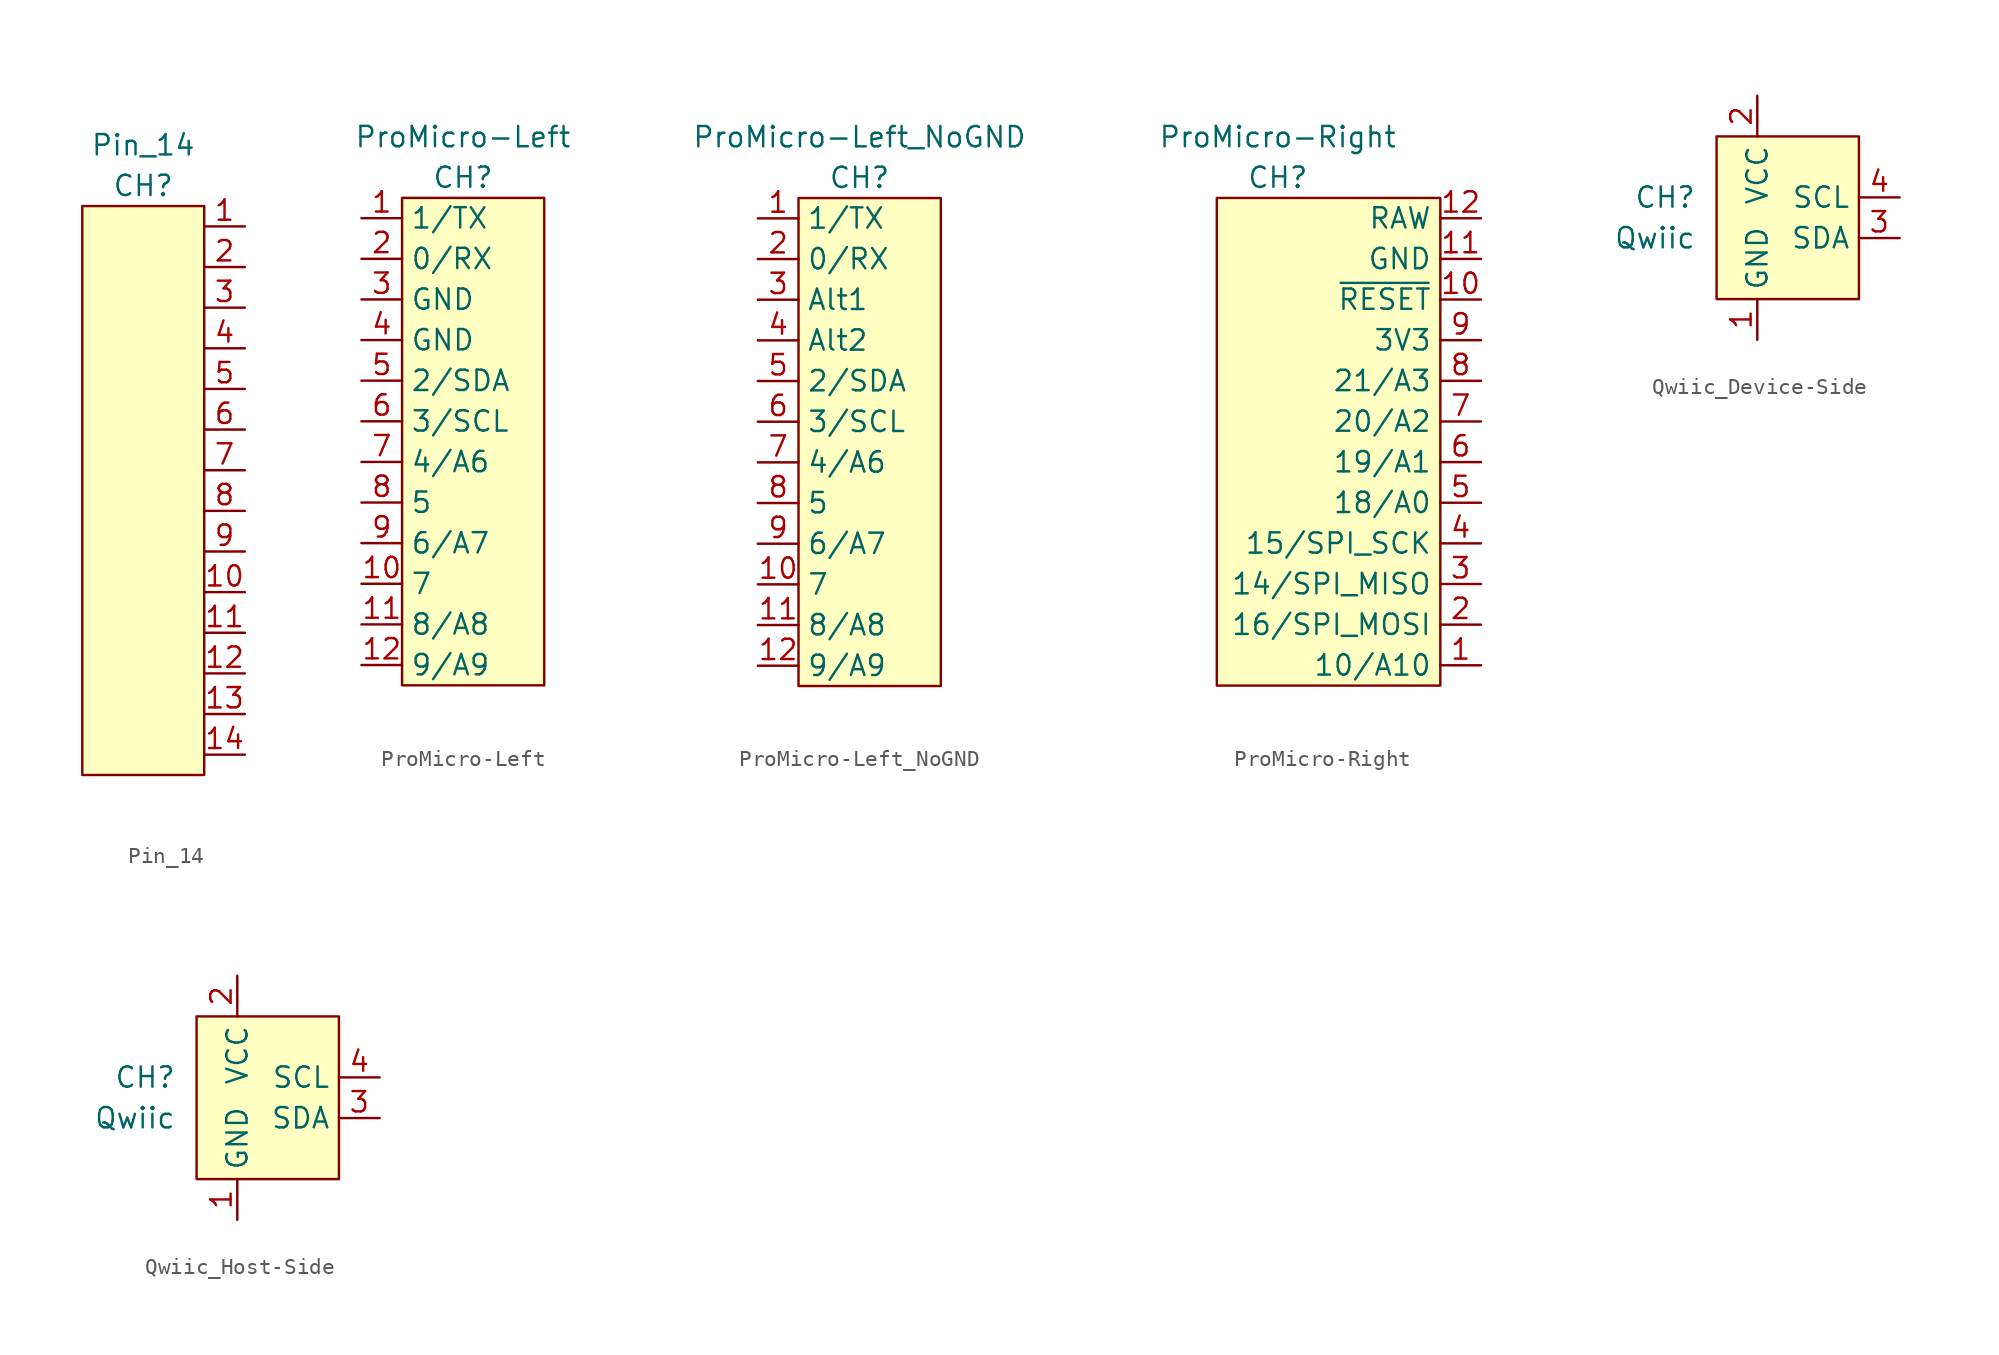
<source format=kicad_sym>
(kicad_symbol_lib
  (version 20220914)
  (generator kicad_symbol_editor)
  (symbol "Pin_14"
    (property "Reference" "CH"
      (at 0 2.54 0)
      (effects (font (size 1.27 1.27))))
    (property "Value" "Pin_14"
      (at 0 5.08 0)
      (effects (font (size 1.27 1.27))))
    (symbol "Pin_14_0_1"
      (rectangle (start -3.81 1.27) (end 3.81 -34.29) (stroke (width 0.152) (type default)) (fill (type background))))
    (symbol "Pin_14_1_1"
      (pin bidirectional line (at 6.35 0 180) (length 2.54) (name "" (effects (font (size 1.27 1.27)))) (number "1" (effects (font (size 1.27 1.27)))))
      (pin bidirectional line (at 6.35 -22.86 180) (length 2.54) (name "" (effects (font (size 1.27 1.27)))) (number "10" (effects (font (size 1.27 1.27)))))
      (pin bidirectional line (at 6.35 -25.4 180) (length 2.54) (name "" (effects (font (size 1.27 1.27)))) (number "11" (effects (font (size 1.27 1.27)))))
      (pin bidirectional line (at 6.35 -27.94 180) (length 2.54) (name "" (effects (font (size 1.27 1.27)))) (number "12" (effects (font (size 1.27 1.27)))))
      (pin bidirectional line (at 6.35 -30.48 180) (length 2.54) (name "" (effects (font (size 1.27 1.27)))) (number "13" (effects (font (size 1.27 1.27)))))
      (pin bidirectional line (at 6.35 -33.02 180) (length 2.54) (name "" (effects (font (size 1.27 1.27)))) (number "14" (effects (font (size 1.27 1.27)))))
      (pin bidirectional line (at 6.35 -2.54 180) (length 2.54) (name "" (effects (font (size 1.27 1.27)))) (number "2" (effects (font (size 1.27 1.27)))))
      (pin bidirectional line (at 6.35 -5.08 180) (length 2.54) (name "" (effects (font (size 1.27 1.27)))) (number "3" (effects (font (size 1.27 1.27)))))
      (pin bidirectional line (at 6.35 -7.62 180) (length 2.54) (name "" (effects (font (size 1.27 1.27)))) (number "4" (effects (font (size 1.27 1.27)))))
      (pin bidirectional line (at 6.35 -10.16 180) (length 2.54) (name "" (effects (font (size 1.27 1.27)))) (number "5" (effects (font (size 1.27 1.27)))))
      (pin bidirectional line (at 6.35 -12.7 180) (length 2.54) (name "" (effects (font (size 1.27 1.27)))) (number "6" (effects (font (size 1.27 1.27)))))
      (pin bidirectional line (at 6.35 -15.24 180) (length 2.54) (name "" (effects (font (size 1.27 1.27)))) (number "7" (effects (font (size 1.27 1.27)))))
      (pin bidirectional line (at 6.35 -17.78 180) (length 2.54) (name "" (effects (font (size 1.27 1.27)))) (number "8" (effects (font (size 1.27 1.27)))))
      (pin bidirectional line (at 6.35 -20.32 180) (length 2.54) (name "" (effects (font (size 1.27 1.27)))) (number "9" (effects (font (size 1.27 1.27)))))))
  (symbol "ProMicro-Left"
    (property "Reference" "CH"
      (at 0 12.7 0)
      (effects (font (size 1.27 1.27))))
    (property "Value" "ProMicro-Left"
      (at 0 15.24 0)
      (effects (font (size 1.27 1.27))))
    (symbol "ProMicro-Left_0_1"
      (rectangle (start -3.81 11.43) (end 5.08 -19.05) (stroke (width 0.152) (type default)) (fill (type background))))
    (symbol "ProMicro-Left_1_1"
      (pin bidirectional line (at -6.35 10.16 0) (length 2.54) (name "1/TX" (effects (font (size 1.27 1.27)))) (number "1" (effects (font (size 1.27 1.27)))))
      (pin bidirectional line (at -6.35 -12.7 0) (length 2.54) (name "7" (effects (font (size 1.27 1.27)))) (number "10" (effects (font (size 1.27 1.27)))))
      (pin bidirectional line (at -6.35 -15.24 0) (length 2.54) (name "8/A8" (effects (font (size 1.27 1.27)))) (number "11" (effects (font (size 1.27 1.27)))))
      (pin bidirectional line (at -6.35 -17.78 0) (length 2.54) (name "9/A9" (effects (font (size 1.27 1.27)))) (number "12" (effects (font (size 1.27 1.27)))))
      (pin bidirectional line (at -6.35 7.62 0) (length 2.54) (name "0/RX" (effects (font (size 1.27 1.27)))) (number "2" (effects (font (size 1.27 1.27)))))
      (pin power_in line (at -6.35 5.08 0) (length 2.54) (name "GND" (effects (font (size 1.27 1.27)))) (number "3" (effects (font (size 1.27 1.27)))))
      (pin power_in line (at -6.35 2.54 0) (length 2.54) (name "GND" (effects (font (size 1.27 1.27)))) (number "4" (effects (font (size 1.27 1.27)))))
      (pin bidirectional line (at -6.35 0 0) (length 2.54) (name "2/SDA" (effects (font (size 1.27 1.27)))) (number "5" (effects (font (size 1.27 1.27)))))
      (pin bidirectional line (at -6.35 -2.54 0) (length 2.54) (name "3/SCL" (effects (font (size 1.27 1.27)))) (number "6" (effects (font (size 1.27 1.27)))))
      (pin bidirectional line (at -6.35 -5.08 0) (length 2.54) (name "4/A6" (effects (font (size 1.27 1.27)))) (number "7" (effects (font (size 1.27 1.27)))))
      (pin bidirectional line (at -6.35 -7.62 0) (length 2.54) (name "5" (effects (font (size 1.27 1.27)))) (number "8" (effects (font (size 1.27 1.27)))))
      (pin bidirectional line (at -6.35 -10.16 0) (length 2.54) (name "6/A7" (effects (font (size 1.27 1.27)))) (number "9" (effects (font (size 1.27 1.27)))))))
  (symbol "ProMicro-Left_NoGND"
    (property "Reference" "CH"
      (at 0 12.7 0)
      (effects (font (size 1.27 1.27))))
    (property "Value" "ProMicro-Left_NoGND"
      (at 0 15.24 0)
      (effects (font (size 1.27 1.27))))
    (symbol "ProMicro-Left_NoGND_0_1"
      (rectangle (start -3.81 11.43) (end 5.08 -19.05) (stroke (width 0.152) (type default)) (fill (type background))))
    (symbol "ProMicro-Left_NoGND_1_1"
      (pin bidirectional line (at -6.35 10.16 0) (length 2.54) (name "1/TX" (effects (font (size 1.27 1.27)))) (number "1" (effects (font (size 1.27 1.27)))))
      (pin bidirectional line (at -6.35 -12.7 0) (length 2.54) (name "7" (effects (font (size 1.27 1.27)))) (number "10" (effects (font (size 1.27 1.27)))))
      (pin bidirectional line (at -6.35 -15.24 0) (length 2.54) (name "8/A8" (effects (font (size 1.27 1.27)))) (number "11" (effects (font (size 1.27 1.27)))))
      (pin bidirectional line (at -6.35 -17.78 0) (length 2.54) (name "9/A9" (effects (font (size 1.27 1.27)))) (number "12" (effects (font (size 1.27 1.27)))))
      (pin bidirectional line (at -6.35 7.62 0) (length 2.54) (name "0/RX" (effects (font (size 1.27 1.27)))) (number "2" (effects (font (size 1.27 1.27)))))
      (pin bidirectional line (at -6.35 5.08 0) (length 2.54) (name "Alt1" (effects (font (size 1.27 1.27)))) (number "3" (effects (font (size 1.27 1.27)))))
      (pin bidirectional line (at -6.35 2.54 0) (length 2.54) (name "Alt2" (effects (font (size 1.27 1.27)))) (number "4" (effects (font (size 1.27 1.27)))))
      (pin bidirectional line (at -6.35 0 0) (length 2.54) (name "2/SDA" (effects (font (size 1.27 1.27)))) (number "5" (effects (font (size 1.27 1.27)))))
      (pin bidirectional line (at -6.35 -2.54 0) (length 2.54) (name "3/SCL" (effects (font (size 1.27 1.27)))) (number "6" (effects (font (size 1.27 1.27)))))
      (pin bidirectional line (at -6.35 -5.08 0) (length 2.54) (name "4/A6" (effects (font (size 1.27 1.27)))) (number "7" (effects (font (size 1.27 1.27)))))
      (pin bidirectional line (at -6.35 -7.62 0) (length 2.54) (name "5" (effects (font (size 1.27 1.27)))) (number "8" (effects (font (size 1.27 1.27)))))
      (pin bidirectional line (at -6.35 -10.16 0) (length 2.54) (name "6/A7" (effects (font (size 1.27 1.27)))) (number "9" (effects (font (size 1.27 1.27)))))))
  (symbol "ProMicro-Right"
    (property "Reference" "CH"
      (at 0 12.7 0)
      (effects (font (size 1.27 1.27))))
    (property "Value" "ProMicro-Right"
      (at 0 15.24 0)
      (effects (font (size 1.27 1.27))))
    (symbol "ProMicro-Right_0_1"
      (rectangle (start -3.81 11.43) (end 10.16 -19.05) (stroke (width 0.152) (type default)) (fill (type background))))
    (symbol "ProMicro-Right_1_1"
      (pin bidirectional line (at 12.7 -17.78 180) (length 2.54) (name "10/A10" (effects (font (size 1.27 1.27)))) (number "1" (effects (font (size 1.27 1.27)))))
      (pin input line (at 12.7 5.08 180) (length 2.54) (name "~{RESET}" (effects (font (size 1.27 1.27)))) (number "10" (effects (font (size 1.27 1.27)))))
      (pin power_in line (at 12.7 7.62 180) (length 2.54) (name "GND" (effects (font (size 1.27 1.27)))) (number "11" (effects (font (size 1.27 1.27)))))
      (pin power_in line (at 12.7 10.16 180) (length 2.54) (name "RAW" (effects (font (size 1.27 1.27)))) (number "12" (effects (font (size 1.27 1.27)))))
      (pin bidirectional line (at 12.7 -15.24 180) (length 2.54) (name "16/SPI_MOSI" (effects (font (size 1.27 1.27)))) (number "2" (effects (font (size 1.27 1.27)))))
      (pin bidirectional line (at 12.7 -12.7 180) (length 2.54) (name "14/SPI_MISO" (effects (font (size 1.27 1.27)))) (number "3" (effects (font (size 1.27 1.27)))))
      (pin bidirectional line (at 12.7 -10.16 180) (length 2.54) (name "15/SPI_SCK" (effects (font (size 1.27 1.27)))) (number "4" (effects (font (size 1.27 1.27)))))
      (pin bidirectional line (at 12.7 -7.62 180) (length 2.54) (name "18/A0" (effects (font (size 1.27 1.27)))) (number "5" (effects (font (size 1.27 1.27)))))
      (pin bidirectional line (at 12.7 -5.08 180) (length 2.54) (name "19/A1" (effects (font (size 1.27 1.27)))) (number "6" (effects (font (size 1.27 1.27)))))
      (pin bidirectional line (at 12.7 -2.54 180) (length 2.54) (name "20/A2" (effects (font (size 1.27 1.27)))) (number "7" (effects (font (size 1.27 1.27)))))
      (pin bidirectional line (at 12.7 0 180) (length 2.54) (name "21/A3" (effects (font (size 1.27 1.27)))) (number "8" (effects (font (size 1.27 1.27)))))
      (pin power_in line (at 12.7 2.54 180) (length 2.54) (name "3V3" (effects (font (size 1.27 1.27)))) (number "9" (effects (font (size 1.27 1.27)))))))
  (symbol "Qwiic_Device-Side"
    (property "Reference" "CH"
      (at -6.35 0 0)
      (effects (font (size 1.27 1.27)) (justify right)))
    (property "Value" "Qwiic"
      (at -6.35 -2.54 0)
      (effects (font (size 1.27 1.27)) (justify right)))
    (symbol "Qwiic_Device-Side_0_1"
      (rectangle (start -5.08 3.81) (end 3.81 -6.35) (stroke (width 0.152) (type default)) (fill (type background))))
    (symbol "Qwiic_Device-Side_1_1"
      (pin power_out line (at -2.54 -8.89 90) (length 2.54) (name "GND" (effects (font (size 1.27 1.27)))) (number "1" (effects (font (size 1.27 1.27)))))
      (pin power_out line (at -2.54 6.35 270) (length 2.54) (name "VCC" (effects (font (size 1.27 1.27)))) (number "2" (effects (font (size 1.27 1.27)))))
      (pin bidirectional line (at 6.35 -2.54 180) (length 2.54) (name "SDA" (effects (font (size 1.27 1.27)))) (number "3" (effects (font (size 1.27 1.27)))))
      (pin output line (at 6.35 0 180) (length 2.54) (name "SCL" (effects (font (size 1.27 1.27)))) (number "4" (effects (font (size 1.27 1.27)))))))
  (symbol "Qwiic_Host-Side"
    (property "Reference" "CH"
      (at -6.35 0 0)
      (effects (font (size 1.27 1.27)) (justify right)))
    (property "Value" "Qwiic"
      (at -6.35 -2.54 0)
      (effects (font (size 1.27 1.27)) (justify right)))
    (symbol "Qwiic_Host-Side_0_1"
      (rectangle (start -5.08 3.81) (end 3.81 -6.35) (stroke (width 0.152) (type default)) (fill (type background))))
    (symbol "Qwiic_Host-Side_1_1"
      (pin power_in line (at -2.54 -8.89 90) (length 2.54) (name "GND" (effects (font (size 1.27 1.27)))) (number "1" (effects (font (size 1.27 1.27)))))
      (pin power_in line (at -2.54 6.35 270) (length 2.54) (name "VCC" (effects (font (size 1.27 1.27)))) (number "2" (effects (font (size 1.27 1.27)))))
      (pin bidirectional line (at 6.35 -2.54 180) (length 2.54) (name "SDA" (effects (font (size 1.27 1.27)))) (number "3" (effects (font (size 1.27 1.27)))))
      (pin input line (at 6.35 0 180) (length 2.54) (name "SCL" (effects (font (size 1.27 1.27)))) (number "4" (effects (font (size 1.27 1.27))))))))
</source>
